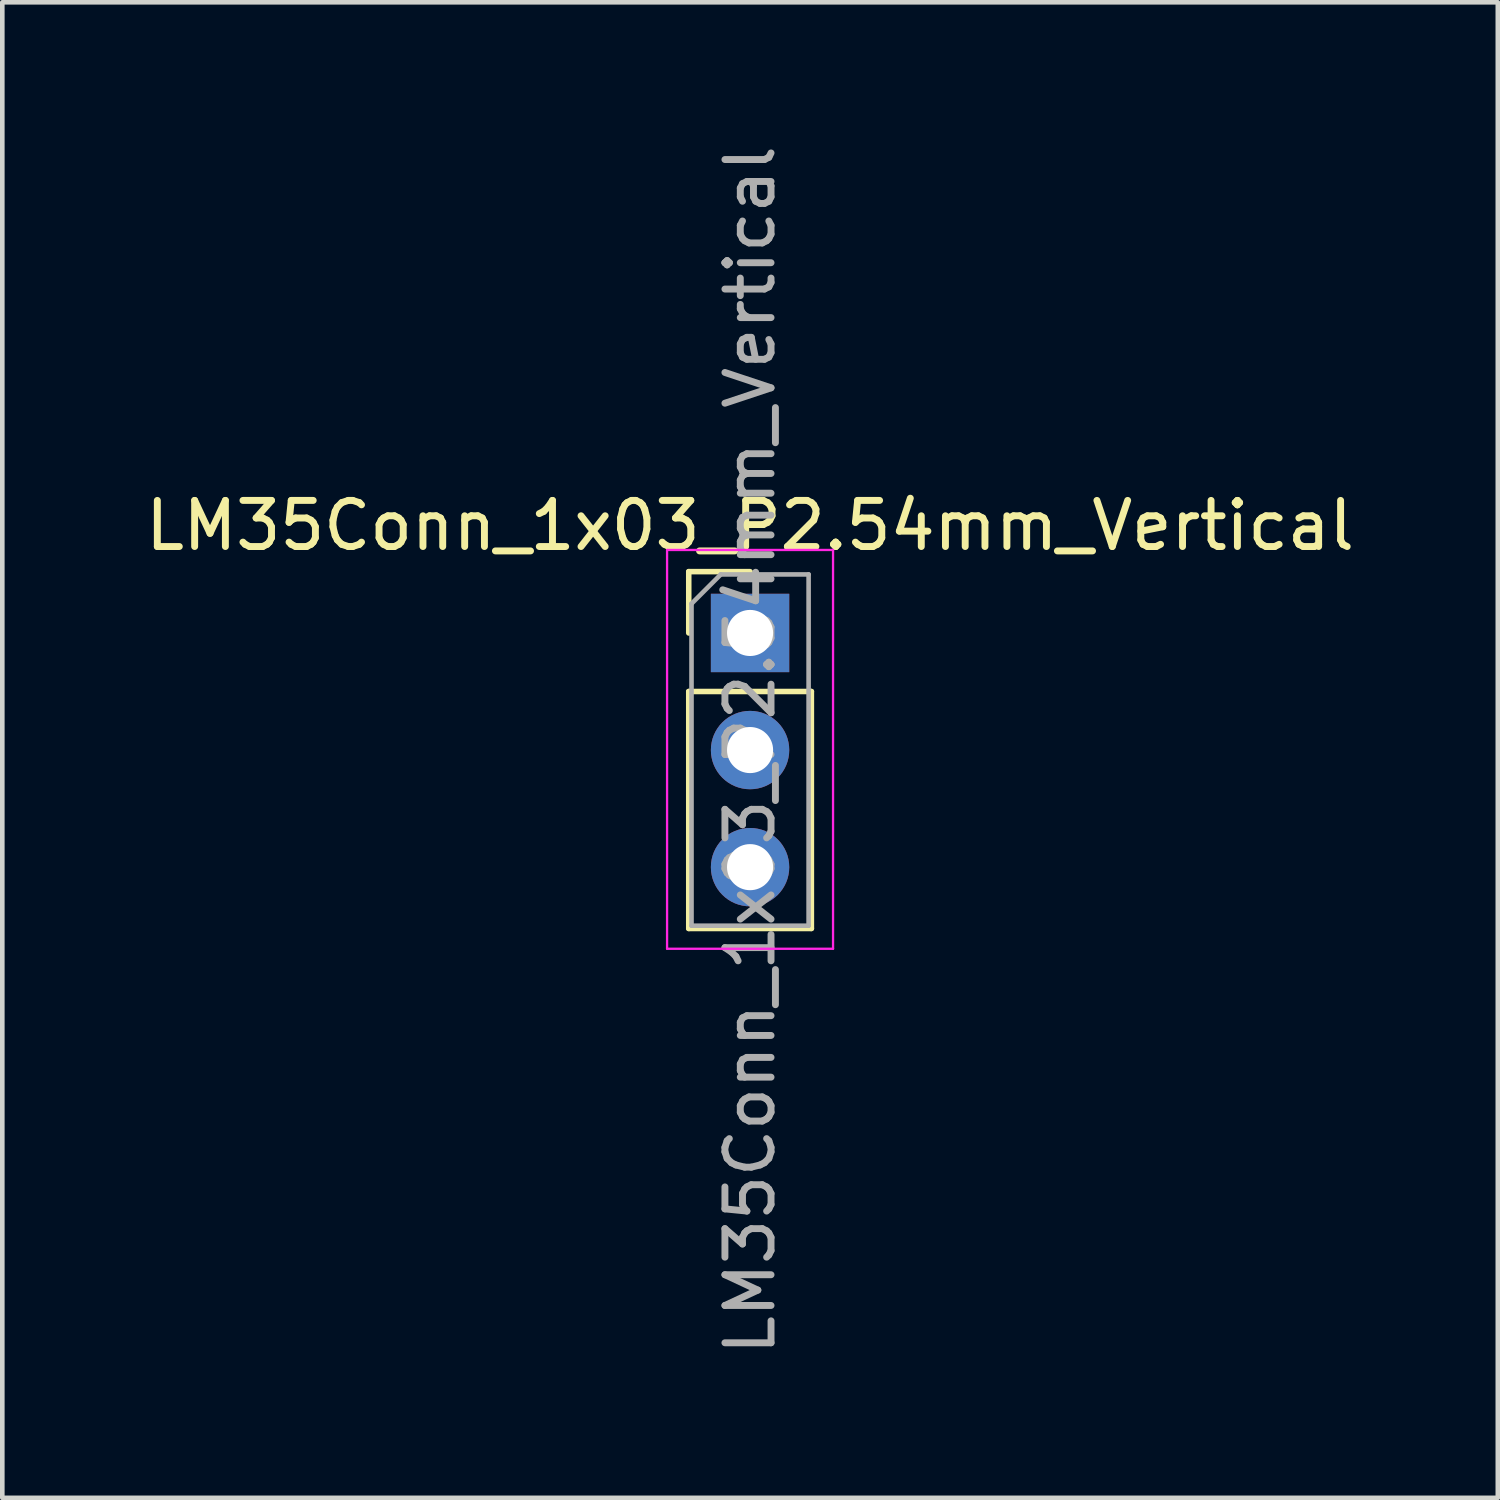
<source format=kicad_pcb>
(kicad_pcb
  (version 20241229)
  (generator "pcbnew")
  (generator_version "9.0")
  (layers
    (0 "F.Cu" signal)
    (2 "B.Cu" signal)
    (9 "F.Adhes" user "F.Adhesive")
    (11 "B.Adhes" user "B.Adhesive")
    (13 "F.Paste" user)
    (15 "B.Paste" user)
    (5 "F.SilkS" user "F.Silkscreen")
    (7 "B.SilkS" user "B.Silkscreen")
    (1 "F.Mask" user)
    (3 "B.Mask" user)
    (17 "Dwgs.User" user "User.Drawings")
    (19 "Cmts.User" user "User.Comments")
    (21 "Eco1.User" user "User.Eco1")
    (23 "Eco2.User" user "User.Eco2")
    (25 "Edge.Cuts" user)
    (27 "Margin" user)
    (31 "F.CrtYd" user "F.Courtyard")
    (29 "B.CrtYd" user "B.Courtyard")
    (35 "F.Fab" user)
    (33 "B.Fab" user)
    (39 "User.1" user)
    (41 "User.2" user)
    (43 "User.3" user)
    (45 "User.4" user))
  (footprint "LM35Conn_1x03_P2.54mm_Vertical"
    (layer "F.Cu")
    (at 13.22 10.68)
    (property "Reference" "LM35Conn_1x03_P2.54mm_Vertical" (at 0 -2.33 0) (layer "F.SilkS") (effects (font (size 1 1) (thickness 0.15))))
    (attr through_hole)
    (fp_line (start -1.33 -1.33) (end 0 -1.33) (stroke (width 0.12) (type solid)) (layer "F.SilkS"))
    (fp_line (start -1.33 0) (end -1.33 -1.33) (stroke (width 0.12) (type solid)) (layer "F.SilkS"))
    (fp_line (start -1.33 1.27) (end -1.33 6.41) (stroke (width 0.12) (type solid)) (layer "F.SilkS"))
    (fp_line (start -1.33 1.27) (end 1.33 1.27) (stroke (width 0.12) (type solid)) (layer "F.SilkS"))
    (fp_line (start -1.33 6.41) (end 1.33 6.41) (stroke (width 0.12) (type solid)) (layer "F.SilkS"))
    (fp_line (start 1.33 1.27) (end 1.33 6.41) (stroke (width 0.12) (type solid)) (layer "F.SilkS"))
    (fp_line (start -1.8 -1.8) (end -1.8 6.85) (stroke (width 0.05) (type solid)) (layer "F.CrtYd"))
    (fp_line (start -1.8 6.85) (end 1.8 6.85) (stroke (width 0.05) (type solid)) (layer "F.CrtYd"))
    (fp_line (start 1.8 -1.8) (end -1.8 -1.8) (stroke (width 0.05) (type solid)) (layer "F.CrtYd"))
    (fp_line (start 1.8 6.85) (end 1.8 -1.8) (stroke (width 0.05) (type solid)) (layer "F.CrtYd"))
    (fp_line (start -1.27 -0.635) (end -0.635 -1.27) (stroke (width 0.1) (type solid)) (layer "F.Fab"))
    (fp_line (start -1.27 6.35) (end -1.27 -0.635) (stroke (width 0.1) (type solid)) (layer "F.Fab"))
    (fp_line (start -0.635 -1.27) (end 1.27 -1.27) (stroke (width 0.1) (type solid)) (layer "F.Fab"))
    (fp_line (start 1.27 -1.27) (end 1.27 6.35) (stroke (width 0.1) (type solid)) (layer "F.Fab"))
    (fp_line (start 1.27 6.35) (end -1.27 6.35) (stroke (width 0.1) (type solid)) (layer "F.Fab"))
    (fp_text user "${REFERENCE}" (at 0 2.54 90) (layer "F.Fab") (effects (font (size 1 1) (thickness 0.15))))
    (pad "1" thru_hole oval (at 0 2.54) (size 1.7 1.7) (drill 1) (layers "*.Cu" "*.Mask"))
    (pad "4" thru_hole rect (at 0 0) (size 1.7 1.7) (drill 1) (layers "*.Cu" "*.Mask"))
    (pad "8" thru_hole oval (at 0 5.08) (size 1.7 1.7) (drill 1) (layers "*.Cu" "*.Mask")))
  (gr_rect
    (start -3 -3)
    (end 29.44 29.44)
    (stroke (width 0.1) (type default))
    (fill no)
    (layer "Edge.Cuts")))
</source>
